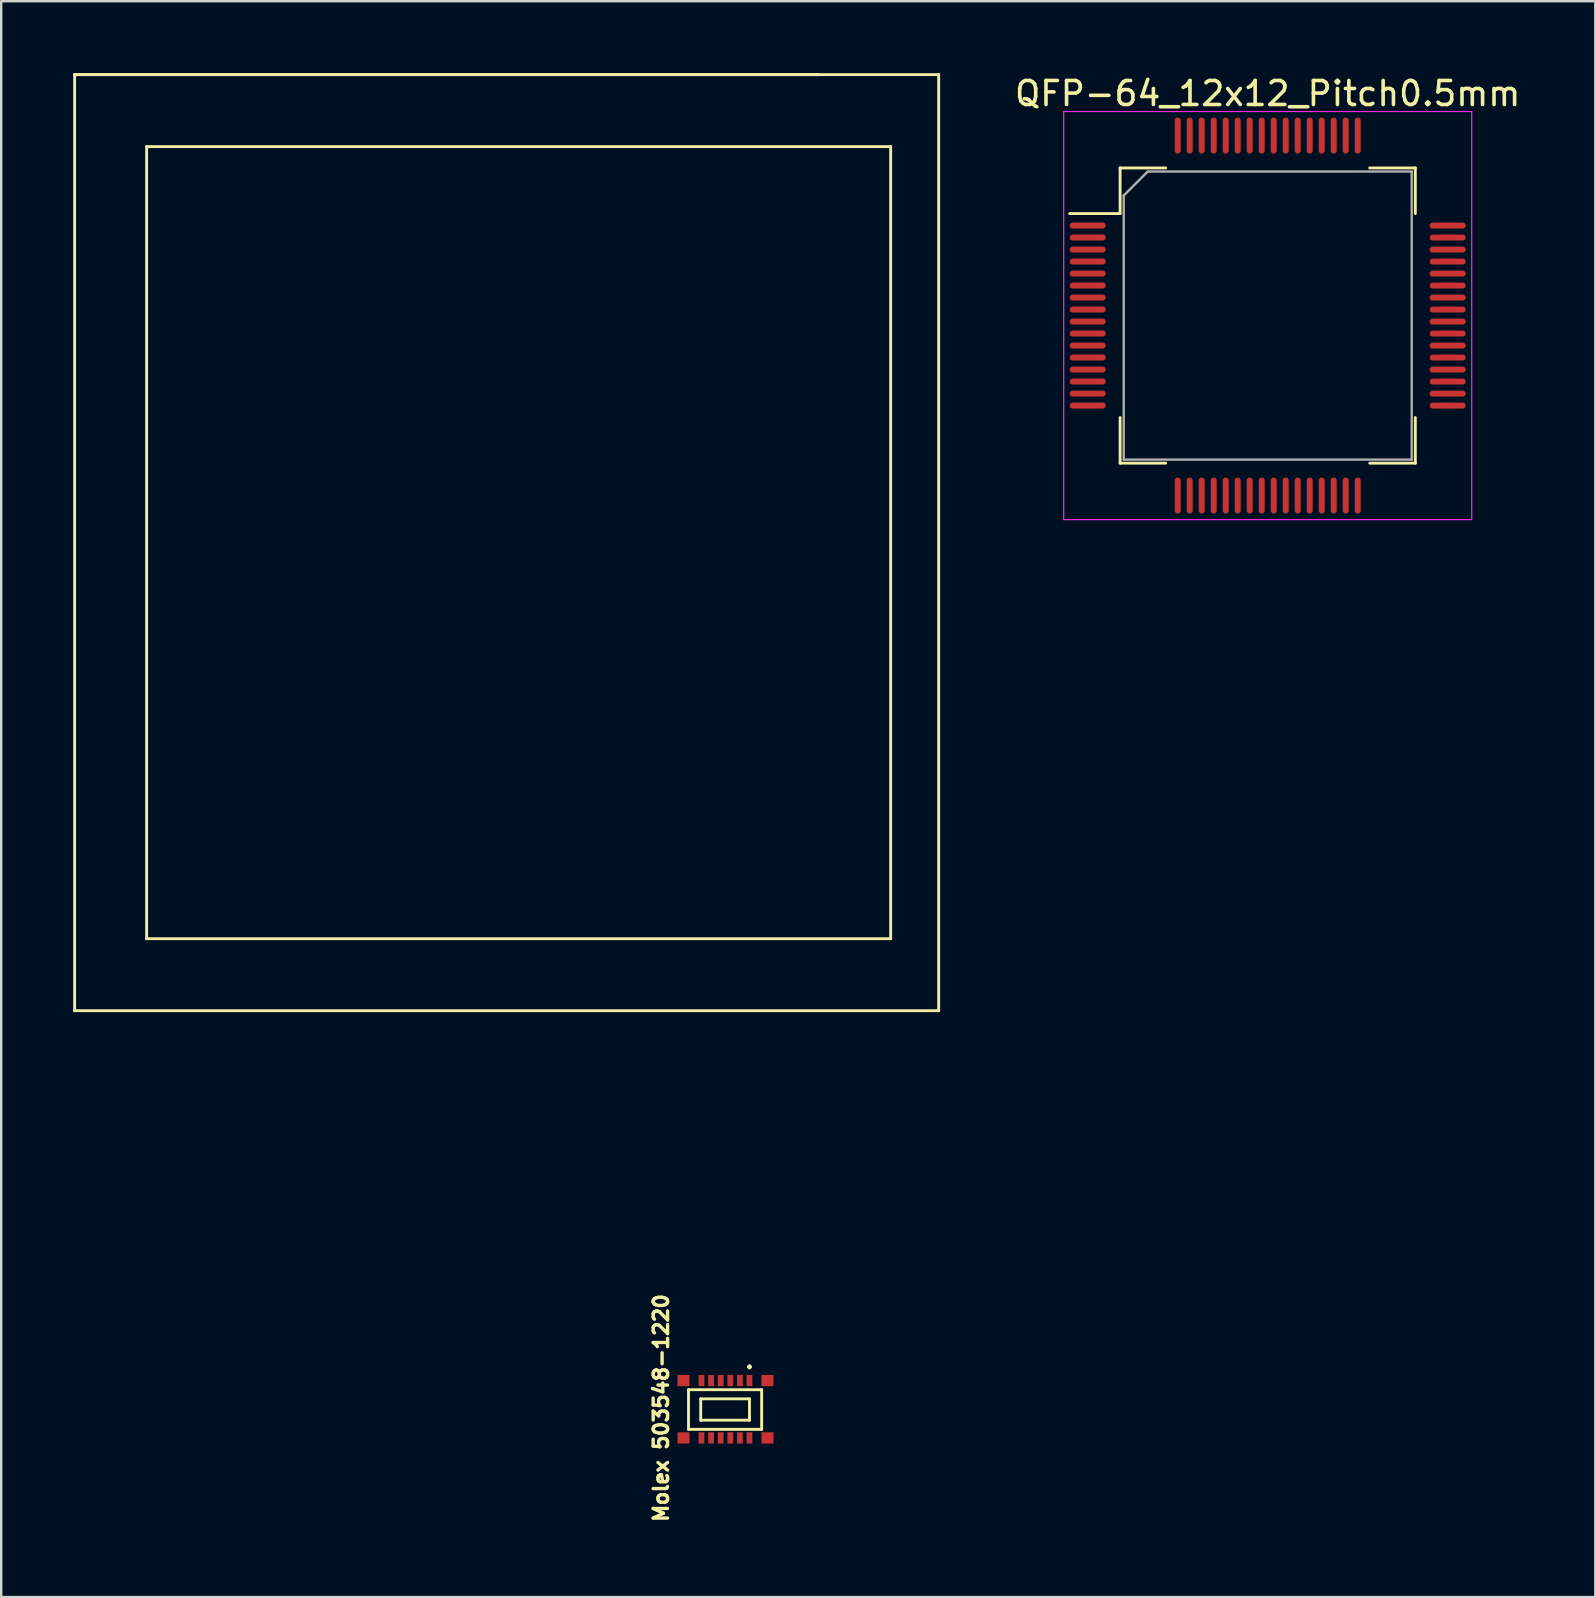
<source format=kicad_pcb>
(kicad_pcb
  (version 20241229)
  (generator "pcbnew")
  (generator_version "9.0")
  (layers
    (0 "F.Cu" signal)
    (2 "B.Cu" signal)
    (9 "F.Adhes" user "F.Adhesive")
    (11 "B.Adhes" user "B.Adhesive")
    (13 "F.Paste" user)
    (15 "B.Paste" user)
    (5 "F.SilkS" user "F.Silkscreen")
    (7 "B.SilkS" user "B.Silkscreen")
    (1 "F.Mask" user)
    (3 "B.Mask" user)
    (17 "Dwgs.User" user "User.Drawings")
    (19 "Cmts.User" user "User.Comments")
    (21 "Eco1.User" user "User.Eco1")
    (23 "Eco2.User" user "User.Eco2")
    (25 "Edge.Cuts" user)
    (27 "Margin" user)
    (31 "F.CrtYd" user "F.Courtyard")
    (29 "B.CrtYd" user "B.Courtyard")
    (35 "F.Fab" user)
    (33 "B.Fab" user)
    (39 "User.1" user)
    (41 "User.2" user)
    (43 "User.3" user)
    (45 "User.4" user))
  (footprint "QFP-64_12x12_Pitch0.5mm"
    (layer "F.Cu")
    (at 49.769 10.098)
    (property "Reference" "QFP-64_12x12_Pitch0.5mm" (at 0 -9.25 0) (layer "F.SilkS") (effects (font (size 1 1) (thickness 0.15))))
    (attr smd)
    (fp_line (start -6.15 -6.15) (end -6.15 -4.25) (stroke (width 0.12) (type solid)) (layer "F.SilkS"))
    (fp_line (start -6.15 -4.25) (end -8.25 -4.25) (stroke (width 0.12) (type solid)) (layer "F.SilkS"))
    (fp_line (start -6.15 6.15) (end -6.15 4.25) (stroke (width 0.12) (type solid)) (layer "F.SilkS"))
    (fp_line (start -4.25 -6.15) (end -6.15 -6.15) (stroke (width 0.12) (type solid)) (layer "F.SilkS"))
    (fp_line (start -4.25 6.15) (end -6.15 6.15) (stroke (width 0.12) (type solid)) (layer "F.SilkS"))
    (fp_line (start 4.25 -6.15) (end 6.15 -6.15) (stroke (width 0.12) (type solid)) (layer "F.SilkS"))
    (fp_line (start 4.25 6.15) (end 6.15 6.15) (stroke (width 0.12) (type solid)) (layer "F.SilkS"))
    (fp_line (start 6.15 -6.15) (end 6.15 -4.25) (stroke (width 0.12) (type solid)) (layer "F.SilkS"))
    (fp_line (start 6.15 6.15) (end 6.15 4.25) (stroke (width 0.12) (type solid)) (layer "F.SilkS"))
    (fp_line (start -8.5 -8.5) (end 8.5 -8.5) (stroke (width 0.05) (type solid)) (layer "F.CrtYd"))
    (fp_line (start -8.5 8.5) (end -8.5 -8.5) (stroke (width 0.05) (type solid)) (layer "F.CrtYd"))
    (fp_line (start 8.5 -8.5) (end 8.5 8.5) (stroke (width 0.05) (type solid)) (layer "F.CrtYd"))
    (fp_line (start 8.5 8.5) (end -8.5 8.5) (stroke (width 0.05) (type solid)) (layer "F.CrtYd"))
    (fp_line (start -6 -5) (end -6 6) (stroke (width 0.1) (type solid)) (layer "F.Fab"))
    (fp_line (start -6 6) (end 6 6) (stroke (width 0.1) (type solid)) (layer "F.Fab"))
    (fp_line (start -5 -6) (end -6 -5) (stroke (width 0.1) (type solid)) (layer "F.Fab"))
    (fp_line (start 6 -6) (end -5 -6) (stroke (width 0.1) (type solid)) (layer "F.Fab"))
    (fp_line (start 6 6) (end 6 -6) (stroke (width 0.1) (type solid)) (layer "F.Fab"))
    (pad "1" smd oval (at -7.5 -3.75 90) (size 0.25 1.5) (layers "F.Cu" "F.Mask" "F.Paste"))
    (pad "2" smd oval (at -7.5 -3.25 90) (size 0.25 1.5) (layers "F.Cu" "F.Mask" "F.Paste"))
    (pad "3" smd oval (at -7.5 -2.75 90) (size 0.25 1.5) (layers "F.Cu" "F.Mask" "F.Paste"))
    (pad "4" smd oval (at -7.5 -2.25 90) (size 0.25 1.5) (layers "F.Cu" "F.Mask" "F.Paste"))
    (pad "5" smd oval (at -7.5 -1.75 90) (size 0.25 1.5) (layers "F.Cu" "F.Mask" "F.Paste"))
    (pad "6" smd oval (at -7.5 -1.25 90) (size 0.25 1.5) (layers "F.Cu" "F.Mask" "F.Paste"))
    (pad "7" smd oval (at -7.5 -0.75 90) (size 0.25 1.5) (layers "F.Cu" "F.Mask" "F.Paste"))
    (pad "8" smd oval (at -7.5 -0.25 90) (size 0.25 1.5) (layers "F.Cu" "F.Mask" "F.Paste"))
    (pad "9" smd oval (at -7.5 0.25 90) (size 0.25 1.5) (layers "F.Cu" "F.Mask" "F.Paste"))
    (pad "10" smd oval (at -7.5 0.75 90) (size 0.25 1.5) (layers "F.Cu" "F.Mask" "F.Paste"))
    (pad "11" smd oval (at -7.5 1.25 90) (size 0.25 1.5) (layers "F.Cu" "F.Mask" "F.Paste"))
    (pad "12" smd oval (at -7.5 1.75 90) (size 0.25 1.5) (layers "F.Cu" "F.Mask" "F.Paste"))
    (pad "13" smd oval (at -7.5 2.25 90) (size 0.25 1.5) (layers "F.Cu" "F.Mask" "F.Paste"))
    (pad "14" smd oval (at -7.5 2.75 90) (size 0.25 1.5) (layers "F.Cu" "F.Mask" "F.Paste"))
    (pad "15" smd oval (at -7.5 3.25 90) (size 0.25 1.5) (layers "F.Cu" "F.Mask" "F.Paste"))
    (pad "16" smd oval (at -7.5 3.75 90) (size 0.25 1.5) (layers "F.Cu" "F.Mask" "F.Paste"))
    (pad "17" smd oval (at -3.75 7.5) (size 0.25 1.5) (layers "F.Cu" "F.Mask" "F.Paste"))
    (pad "18" smd oval (at -3.25 7.5) (size 0.25 1.5) (layers "F.Cu" "F.Mask" "F.Paste"))
    (pad "19" smd oval (at -2.75 7.5) (size 0.25 1.5) (layers "F.Cu" "F.Mask" "F.Paste"))
    (pad "20" smd oval (at -2.25 7.5) (size 0.25 1.5) (layers "F.Cu" "F.Mask" "F.Paste"))
    (pad "21" smd oval (at -1.75 7.5) (size 0.25 1.5) (layers "F.Cu" "F.Mask" "F.Paste"))
    (pad "22" smd oval (at -1.25 7.5) (size 0.25 1.5) (layers "F.Cu" "F.Mask" "F.Paste"))
    (pad "23" smd oval (at -0.75 7.5) (size 0.25 1.5) (layers "F.Cu" "F.Mask" "F.Paste"))
    (pad "24" smd oval (at -0.25 7.5) (size 0.25 1.5) (layers "F.Cu" "F.Mask" "F.Paste"))
    (pad "25" smd oval (at 0.25 7.5) (size 0.25 1.5) (layers "F.Cu" "F.Mask" "F.Paste"))
    (pad "26" smd oval (at 0.75 7.5) (size 0.25 1.5) (layers "F.Cu" "F.Mask" "F.Paste"))
    (pad "27" smd oval (at 1.25 7.5) (size 0.25 1.5) (layers "F.Cu" "F.Mask" "F.Paste"))
    (pad "28" smd oval (at 1.75 7.5) (size 0.25 1.5) (layers "F.Cu" "F.Mask" "F.Paste"))
    (pad "29" smd oval (at 2.25 7.5) (size 0.25 1.5) (layers "F.Cu" "F.Mask" "F.Paste"))
    (pad "30" smd oval (at 2.75 7.5) (size 0.25 1.5) (layers "F.Cu" "F.Mask" "F.Paste"))
    (pad "31" smd oval (at 3.25 7.5) (size 0.25 1.5) (layers "F.Cu" "F.Mask" "F.Paste"))
    (pad "32" smd oval (at 3.75 7.5) (size 0.25 1.5) (layers "F.Cu" "F.Mask" "F.Paste"))
    (pad "33" smd oval (at 7.5 3.75 90) (size 0.25 1.5) (layers "F.Cu" "F.Mask" "F.Paste"))
    (pad "34" smd oval (at 7.5 3.25 90) (size 0.25 1.5) (layers "F.Cu" "F.Mask" "F.Paste"))
    (pad "35" smd oval (at 7.5 2.75 90) (size 0.25 1.5) (layers "F.Cu" "F.Mask" "F.Paste"))
    (pad "36" smd oval (at 7.5 2.25 90) (size 0.25 1.5) (layers "F.Cu" "F.Mask" "F.Paste"))
    (pad "37" smd oval (at 7.5 1.75 90) (size 0.25 1.5) (layers "F.Cu" "F.Mask" "F.Paste"))
    (pad "38" smd oval (at 7.5 1.25 90) (size 0.25 1.5) (layers "F.Cu" "F.Mask" "F.Paste"))
    (pad "39" smd oval (at 7.5 0.75 90) (size 0.25 1.5) (layers "F.Cu" "F.Mask" "F.Paste"))
    (pad "40" smd oval (at 7.5 0.25 90) (size 0.25 1.5) (layers "F.Cu" "F.Mask" "F.Paste"))
    (pad "41" smd oval (at 7.5 -0.25 90) (size 0.25 1.5) (layers "F.Cu" "F.Mask" "F.Paste"))
    (pad "42" smd oval (at 7.5 -0.75 90) (size 0.25 1.5) (layers "F.Cu" "F.Mask" "F.Paste"))
    (pad "43" smd oval (at 7.5 -1.25 90) (size 0.25 1.5) (layers "F.Cu" "F.Mask" "F.Paste"))
    (pad "44" smd oval (at 7.5 -1.75 90) (size 0.25 1.5) (layers "F.Cu" "F.Mask" "F.Paste"))
    (pad "45" smd oval (at 7.5 -2.25 90) (size 0.25 1.5) (layers "F.Cu" "F.Mask" "F.Paste"))
    (pad "46" smd oval (at 7.5 -2.75 90) (size 0.25 1.5) (layers "F.Cu" "F.Mask" "F.Paste"))
    (pad "47" smd oval (at 7.5 -3.25 90) (size 0.25 1.5) (layers "F.Cu" "F.Mask" "F.Paste"))
    (pad "48" smd oval (at 7.5 -3.75 90) (size 0.25 1.5) (layers "F.Cu" "F.Mask" "F.Paste"))
    (pad "49" smd oval (at 3.75 -7.5) (size 0.25 1.5) (layers "F.Cu" "F.Mask" "F.Paste"))
    (pad "50" smd oval (at 3.25 -7.5) (size 0.25 1.5) (layers "F.Cu" "F.Mask" "F.Paste"))
    (pad "51" smd oval (at 2.75 -7.5) (size 0.25 1.5) (layers "F.Cu" "F.Mask" "F.Paste"))
    (pad "52" smd oval (at 2.25 -7.5) (size 0.25 1.5) (layers "F.Cu" "F.Mask" "F.Paste"))
    (pad "53" smd oval (at 1.75 -7.5) (size 0.25 1.5) (layers "F.Cu" "F.Mask" "F.Paste"))
    (pad "54" smd oval (at 1.25 -7.5) (size 0.25 1.5) (layers "F.Cu" "F.Mask" "F.Paste"))
    (pad "55" smd oval (at 0.75 -7.5) (size 0.25 1.5) (layers "F.Cu" "F.Mask" "F.Paste"))
    (pad "56" smd oval (at 0.25 -7.5) (size 0.25 1.5) (layers "F.Cu" "F.Mask" "F.Paste"))
    (pad "57" smd oval (at -0.25 -7.5) (size 0.25 1.5) (layers "F.Cu" "F.Mask" "F.Paste"))
    (pad "58" smd oval (at -0.75 -7.5) (size 0.25 1.5) (layers "F.Cu" "F.Mask" "F.Paste"))
    (pad "59" smd oval (at -1.25 -7.5) (size 0.25 1.5) (layers "F.Cu" "F.Mask" "F.Paste"))
    (pad "60" smd oval (at -1.75 -7.5) (size 0.25 1.5) (layers "F.Cu" "F.Mask" "F.Paste"))
    (pad "61" smd oval (at -2.25 -7.5) (size 0.25 1.5) (layers "F.Cu" "F.Mask" "F.Paste"))
    (pad "62" smd oval (at -2.75 -7.5) (size 0.25 1.5) (layers "F.Cu" "F.Mask" "F.Paste"))
    (pad "63" smd oval (at -3.25 -7.5) (size 0.25 1.5) (layers "F.Cu" "F.Mask" "F.Paste"))
    (pad "64" smd oval (at -3.75 -7.5) (size 0.25 1.5) (layers "F.Cu" "F.Mask" "F.Paste")))
  (footprint "Molex 503548-1220"
    (layer "F.Cu")
    (at 3.06 41.06)
    (property "Reference" "Molex 503548-1220" (at 21.434 14.554 270) (layer "F.SilkS") (effects (font (size 0.6 0.6) (thickness 0.14))))
    (attr through_hole)
    (fp_line (start -3 -41) (end -3 -2) (stroke (width 0.12) (type solid)) (layer "F.SilkS"))
    (fp_line (start -3 -41) (end 28 -41) (stroke (width 0.12) (type solid)) (layer "F.SilkS"))
    (fp_line (start -3 -41) (end 33 -41) (stroke (width 0.12) (type solid)) (layer "F.SilkS"))
    (fp_line (start -3 -2) (end 33 -2) (stroke (width 0.12) (type solid)) (layer "F.SilkS"))
    (fp_line (start 0 -38) (end 31 -38) (stroke (width 0.12) (type solid)) (layer "F.SilkS"))
    (fp_line (start 0 -5) (end 0 -38) (stroke (width 0.12) (type solid)) (layer "F.SilkS"))
    (fp_line (start 0 -5) (end 31 -5) (stroke (width 0.12) (type solid)) (layer "F.SilkS"))
    (fp_line (start 22.577 13.792) (end 25.625 13.792) (stroke (width 0.12) (type solid)) (layer "F.SilkS"))
    (fp_line (start 22.577 15.443) (end 22.577 13.792) (stroke (width 0.12) (type solid)) (layer "F.SilkS"))
    (fp_line (start 23.085 14.173) (end 23.085 15.062) (stroke (width 0.12) (type solid)) (layer "F.SilkS"))
    (fp_line (start 23.085 15.062) (end 25.117 15.062) (stroke (width 0.12) (type solid)) (layer "F.SilkS"))
    (fp_line (start 25.117 14.173) (end 23.085 14.173) (stroke (width 0.12) (type solid)) (layer "F.SilkS"))
    (fp_line (start 25.117 15.062) (end 25.117 14.173) (stroke (width 0.12) (type solid)) (layer "F.SilkS"))
    (fp_line (start 25.625 13.792) (end 25.625 15.443) (stroke (width 0.12) (type solid)) (layer "F.SilkS"))
    (fp_line (start 25.625 15.443) (end 22.577 15.443) (stroke (width 0.12) (type solid)) (layer "F.SilkS"))
    (fp_line (start 31 -5) (end 31 -38) (stroke (width 0.12) (type solid)) (layer "F.SilkS"))
    (fp_line (start 33 -2) (end 33 -41) (stroke (width 0.12) (type solid)) (layer "F.SilkS"))
    (fp_text user "." (at 25.117 12.6 180) (layer "F.SilkS") (effects (font (size 0.6 0.6) (thickness 0.14))))
    (pad "1" smd rect (at 25.117 13.411 180) (size 0.24 0.47) (layers "F.Cu" "F.Mask" "F.Paste"))
    (pad "2" smd rect (at 25.117 15.801 180) (size 0.24 0.47) (layers "F.Cu" "F.Mask" "F.Paste"))
    (pad "3" smd rect (at 24.717 13.411 180) (size 0.24 0.47) (layers "F.Cu" "F.Mask" "F.Paste"))
    (pad "4" smd rect (at 24.717 15.801 180) (size 0.24 0.47) (layers "F.Cu" "F.Mask" "F.Paste"))
    (pad "5" smd rect (at 24.317 13.411 180) (size 0.24 0.47) (layers "F.Cu" "F.Mask" "F.Paste"))
    (pad "6" smd rect (at 24.317 15.801 180) (size 0.24 0.47) (layers "F.Cu" "F.Mask" "F.Paste"))
    (pad "7" smd rect (at 23.917 13.411 180) (size 0.24 0.47) (layers "F.Cu" "F.Mask" "F.Paste"))
    (pad "8" smd rect (at 23.917 15.801 180) (size 0.24 0.47) (layers "F.Cu" "F.Mask" "F.Paste"))
    (pad "9" smd rect (at 23.517 13.411 180) (size 0.24 0.47) (layers "F.Cu" "F.Mask" "F.Paste"))
    (pad "10" smd rect (at 23.517 15.801 180) (size 0.24 0.47) (layers "F.Cu" "F.Mask" "F.Paste"))
    (pad "11" smd rect (at 22.367 13.411 180) (size 0.5 0.47) (layers "F.Cu" "F.Mask" "F.Paste"))
    (pad "11" smd rect (at 22.367 15.801 180) (size 0.5 0.47) (layers "F.Cu" "F.Mask" "F.Paste"))
    (pad "11" smd rect (at 23.117 13.411 180) (size 0.24 0.47) (layers "F.Cu" "F.Mask" "F.Paste"))
    (pad "11" smd rect (at 25.867 13.411 180) (size 0.5 0.47) (layers "F.Cu" "F.Mask" "F.Paste"))
    (pad "11" smd rect (at 25.867 15.801 180) (size 0.5 0.47) (layers "F.Cu" "F.Mask" "F.Paste"))
    (pad "12" smd rect (at 23.117 15.801 180) (size 0.24 0.47) (layers "F.Cu" "F.Mask" "F.Paste")))
  (gr_rect
    (start -3 -3)
    (end 63.418 63.493)
    (stroke (width 0.1) (type default))
    (fill no)
    (layer "Edge.Cuts")))
</source>
